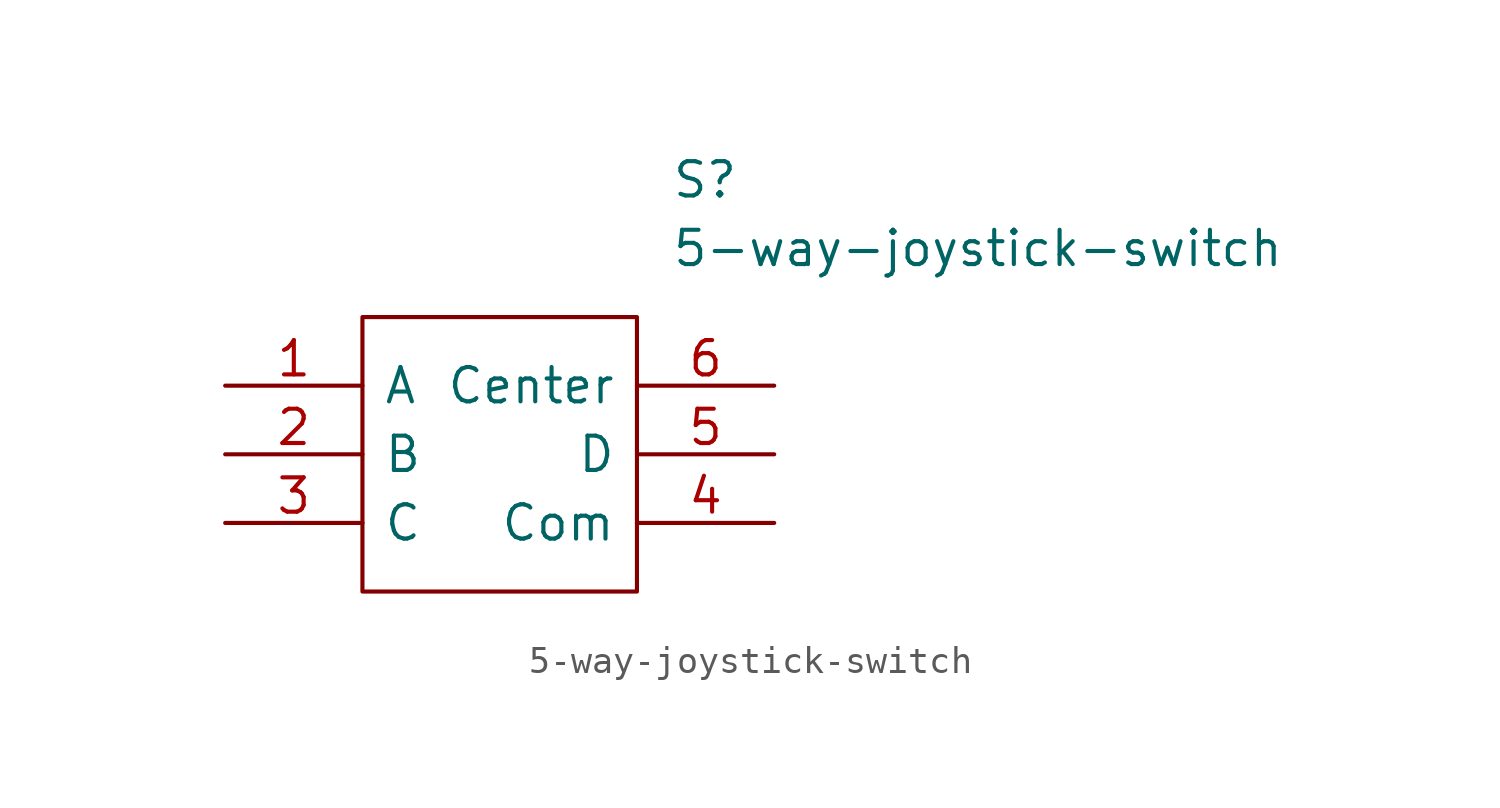
<source format=kicad_sym>
(kicad_symbol_lib
  (version 20211014)
  (generator kicad_symbol_editor)
  (symbol "5-way-joystick-switch"
    (pin_names
      (offset 0.762))
    (property "Reference" "S"
      (at 16.51 7.62 0)
      (effects (font (size 1.27 1.27)) (justify left)))
    (property "Value" "5-way-joystick-switch"
      (at 16.51 5.08 0)
      (effects (font (size 1.27 1.27)) (justify left)))
    (symbol "5-way-joystick-switch_0_0"
      (pin passive line (at 0 0 0) (length 5.08) (name "A" (effects (font (size 1.27 1.27)))) (number "1" (effects (font (size 1.27 1.27)))))
      (pin passive line (at 0 -2.54 0) (length 5.08) (name "B" (effects (font (size 1.27 1.27)))) (number "2" (effects (font (size 1.27 1.27)))))
      (pin passive line (at 0 -5.08 0) (length 5.08) (name "C" (effects (font (size 1.27 1.27)))) (number "3" (effects (font (size 1.27 1.27)))))
      (pin passive line (at 20.32 -5.08 180) (length 5.08) (name "Com" (effects (font (size 1.27 1.27)))) (number "4" (effects (font (size 1.27 1.27)))))
      (pin passive line (at 20.32 -2.54 180) (length 5.08) (name "D" (effects (font (size 1.27 1.27)))) (number "5" (effects (font (size 1.27 1.27)))))
      (pin passive line (at 20.32 0 180) (length 5.08) (name "Center" (effects (font (size 1.27 1.27)))) (number "6" (effects (font (size 1.27 1.27))))))
    (symbol "5-way-joystick-switch_0_1"
      (polyline (pts (xy 5.08 2.54) (xy 15.24 2.54) (xy 15.24 -7.62) (xy 5.08 -7.62) (xy 5.08 2.54)) (stroke (width 0.152) (type default) (color 0 0 0 0)) (fill (type none))))))
</source>
